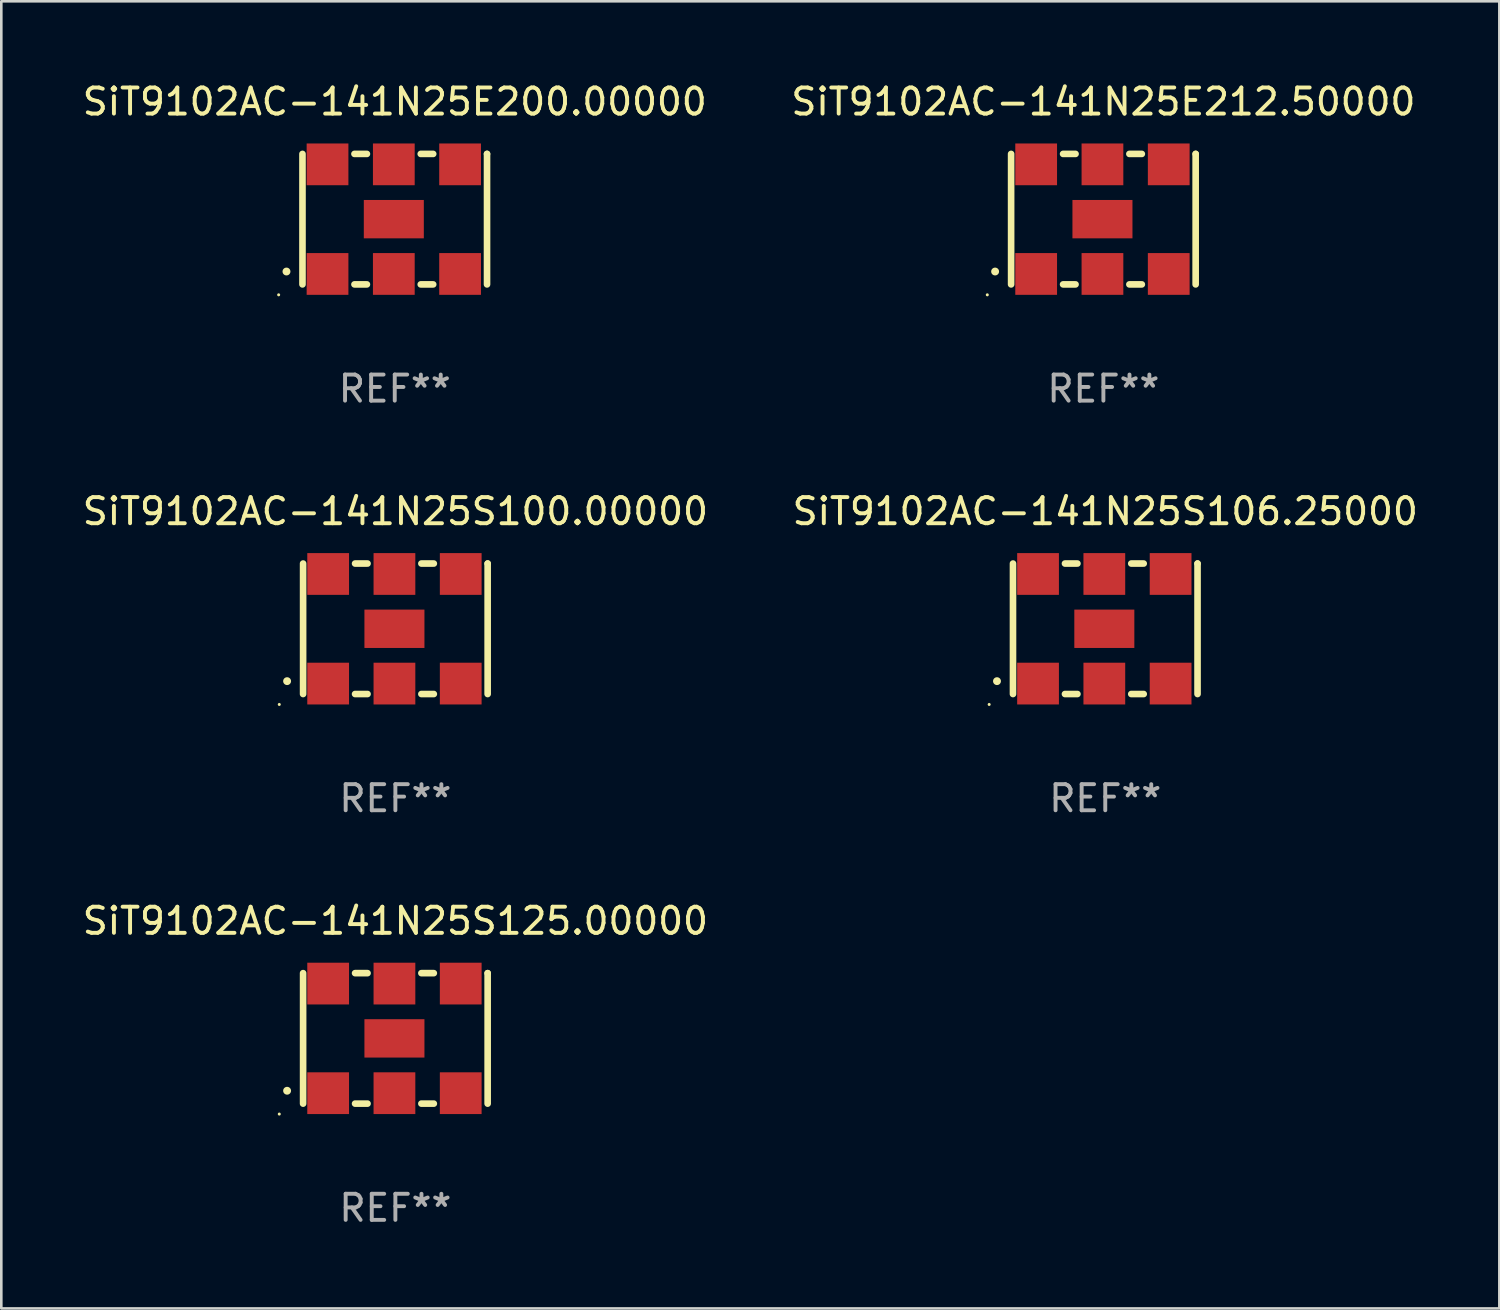
<source format=kicad_pcb>
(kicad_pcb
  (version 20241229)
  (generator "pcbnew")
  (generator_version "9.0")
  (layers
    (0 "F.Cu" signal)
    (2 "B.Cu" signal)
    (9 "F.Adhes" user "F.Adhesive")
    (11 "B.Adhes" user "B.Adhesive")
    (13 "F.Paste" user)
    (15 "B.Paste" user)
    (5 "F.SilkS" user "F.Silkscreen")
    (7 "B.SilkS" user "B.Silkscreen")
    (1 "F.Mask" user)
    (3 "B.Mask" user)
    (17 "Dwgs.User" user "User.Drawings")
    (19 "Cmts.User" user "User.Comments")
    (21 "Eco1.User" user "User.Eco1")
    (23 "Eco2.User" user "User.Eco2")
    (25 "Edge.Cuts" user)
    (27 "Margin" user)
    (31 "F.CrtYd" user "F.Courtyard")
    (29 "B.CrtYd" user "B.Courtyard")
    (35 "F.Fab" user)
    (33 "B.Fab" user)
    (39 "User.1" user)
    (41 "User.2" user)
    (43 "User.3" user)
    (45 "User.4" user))
  (footprint "SiT9102AC-141N25S125.00000"
    (layer "F.Cu")
    (at 12.101 36.741)
    (property "Reference" "SiT9102AC-141N25S125.00000" (at 0 -4.5 0) (layer "F.SilkS") (effects (font (size 1 1) (thickness 0.15))))
    (attr through_hole)
    (fp_line (start -3.536 -2.5) (end -3.536 2.5) (stroke (width 0.254) (type solid)) (layer "F.SilkS"))
    (fp_line (start -1.544 2.5) (end -1.067 2.5) (stroke (width 0.254) (type solid)) (layer "F.SilkS"))
    (fp_line (start -1.067 -2.5) (end -1.544 -2.5) (stroke (width 0.254) (type solid)) (layer "F.SilkS"))
    (fp_line (start 0.996 2.5) (end 1.473 2.5) (stroke (width 0.254) (type solid)) (layer "F.SilkS"))
    (fp_line (start 1.473 -2.5) (end 0.996 -2.5) (stroke (width 0.254) (type solid)) (layer "F.SilkS"))
    (fp_line (start 3.536 -2.5) (end 3.536 -2.5) (stroke (width 0.254) (type solid)) (layer "F.SilkS"))
    (fp_line (start 3.536 2.5) (end 3.536 -2.5) (stroke (width 0.254) (type solid)) (layer "F.SilkS"))
    (fp_arc (start -4.150432 2.006604) (mid -4.149162 2.006599) (end -4.147892 2.006604) (stroke (width 0.3) (type solid)) (layer "F.SilkS"))
    (fp_circle (center -4.449 2.9) (end -4.419 2.9) (stroke (width 0.06) (type solid)) (fill no) (layer "F.SilkS"))
    (fp_text user "REF**" (at 0 6.5 0) (layer "F.Fab") (effects (font (size 1 1) (thickness 0.15))))
    (pad "1" smd rect (at -2.576 2.1) (size 1.6 1.6) (layers "F.Cu" "F.Mask" "F.Paste"))
    (pad "2" smd rect (at -0.036 2.1) (size 1.6 1.6) (layers "F.Cu" "F.Mask" "F.Paste"))
    (pad "3" smd rect (at 2.504 2.1) (size 1.6 1.6) (layers "F.Cu" "F.Mask" "F.Paste"))
    (pad "4" smd rect (at 2.504 -2.1) (size 1.6 1.6) (layers "F.Cu" "F.Mask" "F.Paste"))
    (pad "5" smd rect (at -0.036 -2.1) (size 1.6 1.6) (layers "F.Cu" "F.Mask" "F.Paste"))
    (pad "6" smd rect (at -2.576 -2.1) (size 1.6 1.6) (layers "F.Cu" "F.Mask" "F.Paste"))
    (pad "7" smd rect (at -0.036 0) (size 2.3 1.47) (layers "F.Cu" "F.Mask" "F.Paste")))
  (footprint "SiT9102AC-141N25S106.25000"
    (layer "F.Cu")
    (at 39.304 21.045)
    (property "Reference" "SiT9102AC-141N25S106.25000" (at 0 -4.5 0) (layer "F.SilkS") (effects (font (size 1 1) (thickness 0.15))))
    (attr through_hole)
    (fp_line (start -3.536 -2.5) (end -3.536 2.5) (stroke (width 0.254) (type solid)) (layer "F.SilkS"))
    (fp_line (start -1.544 2.5) (end -1.067 2.5) (stroke (width 0.254) (type solid)) (layer "F.SilkS"))
    (fp_line (start -1.067 -2.5) (end -1.544 -2.5) (stroke (width 0.254) (type solid)) (layer "F.SilkS"))
    (fp_line (start 0.996 2.5) (end 1.473 2.5) (stroke (width 0.254) (type solid)) (layer "F.SilkS"))
    (fp_line (start 1.473 -2.5) (end 0.996 -2.5) (stroke (width 0.254) (type solid)) (layer "F.SilkS"))
    (fp_line (start 3.536 -2.5) (end 3.536 -2.5) (stroke (width 0.254) (type solid)) (layer "F.SilkS"))
    (fp_line (start 3.536 2.5) (end 3.536 -2.5) (stroke (width 0.254) (type solid)) (layer "F.SilkS"))
    (fp_arc (start -4.150432 2.006604) (mid -4.149162 2.006599) (end -4.147892 2.006604) (stroke (width 0.3) (type solid)) (layer "F.SilkS"))
    (fp_circle (center -4.449 2.9) (end -4.419 2.9) (stroke (width 0.06) (type solid)) (fill no) (layer "F.SilkS"))
    (fp_text user "REF**" (at 0 6.5 0) (layer "F.Fab") (effects (font (size 1 1) (thickness 0.15))))
    (pad "1" smd rect (at -2.576 2.1) (size 1.6 1.6) (layers "F.Cu" "F.Mask" "F.Paste"))
    (pad "2" smd rect (at -0.036 2.1) (size 1.6 1.6) (layers "F.Cu" "F.Mask" "F.Paste"))
    (pad "3" smd rect (at 2.504 2.1) (size 1.6 1.6) (layers "F.Cu" "F.Mask" "F.Paste"))
    (pad "4" smd rect (at 2.504 -2.1) (size 1.6 1.6) (layers "F.Cu" "F.Mask" "F.Paste"))
    (pad "5" smd rect (at -0.036 -2.1) (size 1.6 1.6) (layers "F.Cu" "F.Mask" "F.Paste"))
    (pad "6" smd rect (at -2.576 -2.1) (size 1.6 1.6) (layers "F.Cu" "F.Mask" "F.Paste"))
    (pad "7" smd rect (at -0.036 0) (size 2.3 1.47) (layers "F.Cu" "F.Mask" "F.Paste")))
  (footprint "SiT9102AC-141N25S100.00000"
    (layer "F.Cu")
    (at 12.101 21.045)
    (property "Reference" "SiT9102AC-141N25S100.00000" (at 0 -4.5 0) (layer "F.SilkS") (effects (font (size 1 1) (thickness 0.15))))
    (attr through_hole)
    (fp_line (start -3.536 -2.5) (end -3.536 2.5) (stroke (width 0.254) (type solid)) (layer "F.SilkS"))
    (fp_line (start -1.544 2.5) (end -1.067 2.5) (stroke (width 0.254) (type solid)) (layer "F.SilkS"))
    (fp_line (start -1.067 -2.5) (end -1.544 -2.5) (stroke (width 0.254) (type solid)) (layer "F.SilkS"))
    (fp_line (start 0.996 2.5) (end 1.473 2.5) (stroke (width 0.254) (type solid)) (layer "F.SilkS"))
    (fp_line (start 1.473 -2.5) (end 0.996 -2.5) (stroke (width 0.254) (type solid)) (layer "F.SilkS"))
    (fp_line (start 3.536 -2.5) (end 3.536 -2.5) (stroke (width 0.254) (type solid)) (layer "F.SilkS"))
    (fp_line (start 3.536 2.5) (end 3.536 -2.5) (stroke (width 0.254) (type solid)) (layer "F.SilkS"))
    (fp_arc (start -4.150432 2.006604) (mid -4.149162 2.006599) (end -4.147892 2.006604) (stroke (width 0.3) (type solid)) (layer "F.SilkS"))
    (fp_circle (center -4.449 2.9) (end -4.419 2.9) (stroke (width 0.06) (type solid)) (fill no) (layer "F.SilkS"))
    (fp_text user "REF**" (at 0 6.5 0) (layer "F.Fab") (effects (font (size 1 1) (thickness 0.15))))
    (pad "1" smd rect (at -2.576 2.1) (size 1.6 1.6) (layers "F.Cu" "F.Mask" "F.Paste"))
    (pad "2" smd rect (at -0.036 2.1) (size 1.6 1.6) (layers "F.Cu" "F.Mask" "F.Paste"))
    (pad "3" smd rect (at 2.504 2.1) (size 1.6 1.6) (layers "F.Cu" "F.Mask" "F.Paste"))
    (pad "4" smd rect (at 2.504 -2.1) (size 1.6 1.6) (layers "F.Cu" "F.Mask" "F.Paste"))
    (pad "5" smd rect (at -0.036 -2.1) (size 1.6 1.6) (layers "F.Cu" "F.Mask" "F.Paste"))
    (pad "6" smd rect (at -2.576 -2.1) (size 1.6 1.6) (layers "F.Cu" "F.Mask" "F.Paste"))
    (pad "7" smd rect (at -0.036 0) (size 2.3 1.47) (layers "F.Cu" "F.Mask" "F.Paste")))
  (footprint "SiT9102AC-141N25E212.50000"
    (layer "F.Cu")
    (at 39.232 5.348)
    (property "Reference" "SiT9102AC-141N25E212.50000" (at 0 -4.5 0) (layer "F.SilkS") (effects (font (size 1 1) (thickness 0.15))))
    (attr through_hole)
    (fp_line (start -3.536 -2.5) (end -3.536 2.5) (stroke (width 0.254) (type solid)) (layer "F.SilkS"))
    (fp_line (start -1.544 2.5) (end -1.067 2.5) (stroke (width 0.254) (type solid)) (layer "F.SilkS"))
    (fp_line (start -1.067 -2.5) (end -1.544 -2.5) (stroke (width 0.254) (type solid)) (layer "F.SilkS"))
    (fp_line (start 0.996 2.5) (end 1.473 2.5) (stroke (width 0.254) (type solid)) (layer "F.SilkS"))
    (fp_line (start 1.473 -2.5) (end 0.996 -2.5) (stroke (width 0.254) (type solid)) (layer "F.SilkS"))
    (fp_line (start 3.536 -2.5) (end 3.536 -2.5) (stroke (width 0.254) (type solid)) (layer "F.SilkS"))
    (fp_line (start 3.536 2.5) (end 3.536 -2.5) (stroke (width 0.254) (type solid)) (layer "F.SilkS"))
    (fp_arc (start -4.150432 2.006604) (mid -4.149162 2.006599) (end -4.147892 2.006604) (stroke (width 0.3) (type solid)) (layer "F.SilkS"))
    (fp_circle (center -4.449 2.9) (end -4.419 2.9) (stroke (width 0.06) (type solid)) (fill no) (layer "F.SilkS"))
    (fp_text user "REF**" (at 0 6.5 0) (layer "F.Fab") (effects (font (size 1 1) (thickness 0.15))))
    (pad "1" smd rect (at -2.576 2.1) (size 1.6 1.6) (layers "F.Cu" "F.Mask" "F.Paste"))
    (pad "2" smd rect (at -0.036 2.1) (size 1.6 1.6) (layers "F.Cu" "F.Mask" "F.Paste"))
    (pad "3" smd rect (at 2.504 2.1) (size 1.6 1.6) (layers "F.Cu" "F.Mask" "F.Paste"))
    (pad "4" smd rect (at 2.504 -2.1) (size 1.6 1.6) (layers "F.Cu" "F.Mask" "F.Paste"))
    (pad "5" smd rect (at -0.036 -2.1) (size 1.6 1.6) (layers "F.Cu" "F.Mask" "F.Paste"))
    (pad "6" smd rect (at -2.576 -2.1) (size 1.6 1.6) (layers "F.Cu" "F.Mask" "F.Paste"))
    (pad "7" smd rect (at -0.036 0) (size 2.3 1.47) (layers "F.Cu" "F.Mask" "F.Paste")))
  (footprint "SiT9102AC-141N25E200.00000"
    (layer "F.Cu")
    (at 12.077 5.348)
    (property "Reference" "SiT9102AC-141N25E200.00000" (at 0 -4.5 0) (layer "F.SilkS") (effects (font (size 1 1) (thickness 0.15))))
    (attr through_hole)
    (fp_line (start -3.536 -2.5) (end -3.536 2.5) (stroke (width 0.254) (type solid)) (layer "F.SilkS"))
    (fp_line (start -1.544 2.5) (end -1.067 2.5) (stroke (width 0.254) (type solid)) (layer "F.SilkS"))
    (fp_line (start -1.067 -2.5) (end -1.544 -2.5) (stroke (width 0.254) (type solid)) (layer "F.SilkS"))
    (fp_line (start 0.996 2.5) (end 1.473 2.5) (stroke (width 0.254) (type solid)) (layer "F.SilkS"))
    (fp_line (start 1.473 -2.5) (end 0.996 -2.5) (stroke (width 0.254) (type solid)) (layer "F.SilkS"))
    (fp_line (start 3.536 -2.5) (end 3.536 -2.5) (stroke (width 0.254) (type solid)) (layer "F.SilkS"))
    (fp_line (start 3.536 2.5) (end 3.536 -2.5) (stroke (width 0.254) (type solid)) (layer "F.SilkS"))
    (fp_arc (start -4.150432 2.006604) (mid -4.149162 2.006599) (end -4.147892 2.006604) (stroke (width 0.3) (type solid)) (layer "F.SilkS"))
    (fp_circle (center -4.449 2.9) (end -4.419 2.9) (stroke (width 0.06) (type solid)) (fill no) (layer "F.SilkS"))
    (fp_text user "REF**" (at 0 6.5 0) (layer "F.Fab") (effects (font (size 1 1) (thickness 0.15))))
    (pad "1" smd rect (at -2.576 2.1) (size 1.6 1.6) (layers "F.Cu" "F.Mask" "F.Paste"))
    (pad "2" smd rect (at -0.036 2.1) (size 1.6 1.6) (layers "F.Cu" "F.Mask" "F.Paste"))
    (pad "3" smd rect (at 2.504 2.1) (size 1.6 1.6) (layers "F.Cu" "F.Mask" "F.Paste"))
    (pad "4" smd rect (at 2.504 -2.1) (size 1.6 1.6) (layers "F.Cu" "F.Mask" "F.Paste"))
    (pad "5" smd rect (at -0.036 -2.1) (size 1.6 1.6) (layers "F.Cu" "F.Mask" "F.Paste"))
    (pad "6" smd rect (at -2.576 -2.1) (size 1.6 1.6) (layers "F.Cu" "F.Mask" "F.Paste"))
    (pad "7" smd rect (at -0.036 0) (size 2.3 1.47) (layers "F.Cu" "F.Mask" "F.Paste")))
  (gr_rect
    (start -3 -3)
    (end 54.405 47.09)
    (stroke (width 0.1) (type default))
    (fill no)
    (layer "Edge.Cuts")))
</source>
